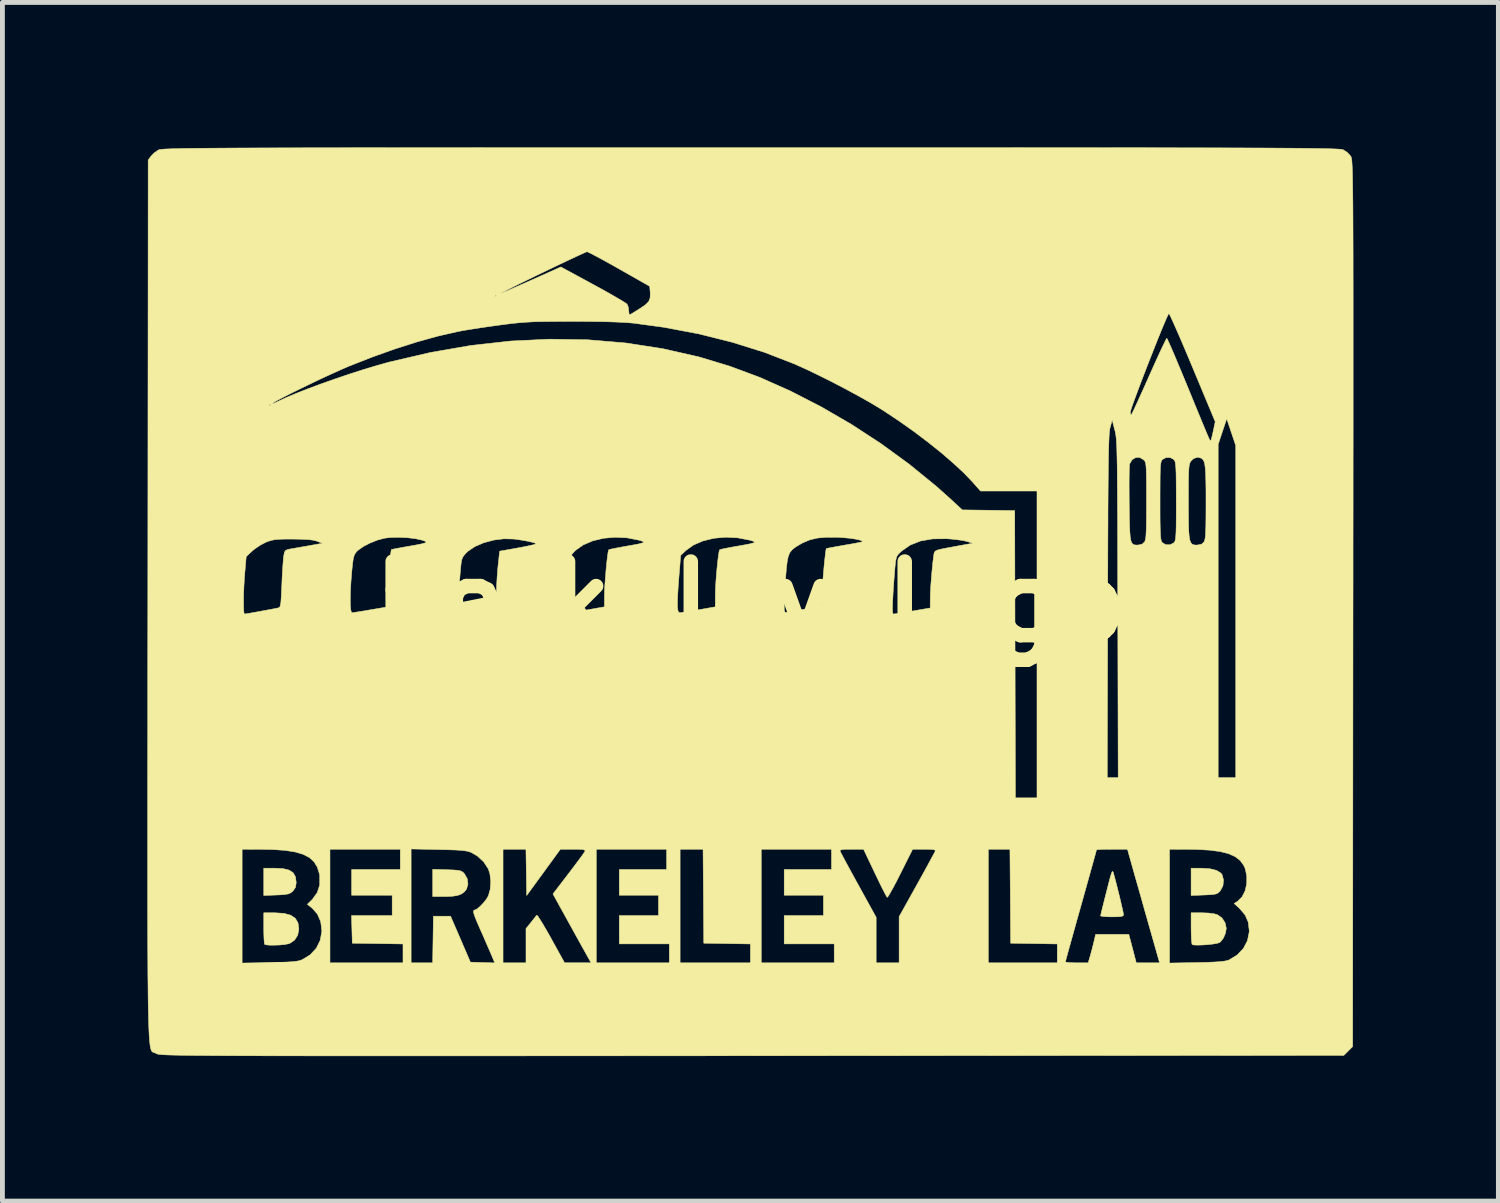
<source format=kicad_pcb>
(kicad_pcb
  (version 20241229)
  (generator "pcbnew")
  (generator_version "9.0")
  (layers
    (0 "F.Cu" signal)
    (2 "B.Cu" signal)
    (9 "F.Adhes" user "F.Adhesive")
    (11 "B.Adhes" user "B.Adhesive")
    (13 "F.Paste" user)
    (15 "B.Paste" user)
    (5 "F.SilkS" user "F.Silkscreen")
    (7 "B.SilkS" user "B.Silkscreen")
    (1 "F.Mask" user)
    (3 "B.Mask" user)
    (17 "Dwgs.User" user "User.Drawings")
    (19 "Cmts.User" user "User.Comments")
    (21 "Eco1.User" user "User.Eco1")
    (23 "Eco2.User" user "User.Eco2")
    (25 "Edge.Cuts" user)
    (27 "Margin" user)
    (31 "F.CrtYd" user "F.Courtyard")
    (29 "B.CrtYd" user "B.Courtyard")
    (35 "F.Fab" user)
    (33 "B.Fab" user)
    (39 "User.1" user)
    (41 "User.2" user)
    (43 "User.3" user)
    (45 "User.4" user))
  (footprint "berkeley logo"
    (layer "F.Cu")
    (at 12.478 9.404)
    (property "Reference" "berkeley logo" (at 0 0 0) (layer "F.SilkS") (effects (font (size 1.524 1.524) (thickness 0.3))))
    (attr through_hole)
    (fp_poly (pts (xy -9.671 5.52) (xy -9.545 5.551) (xy -9.461 5.606) (xy -9.414 5.689) (xy -9.399 5.805) (xy -9.399 5.812) (xy -9.414 5.909) (xy -9.466 5.983) (xy -9.471 5.988) (xy -9.512 6.021) (xy -9.559 6.042) (xy -9.627 6.055) (xy -9.729 6.063) (xy -9.807 6.066) (xy -10.07 6.076) (xy -10.07 5.511) (xy -9.845 5.511) (xy -9.671 5.52)) (stroke (width 0.01) (type solid)) (fill yes) (layer "F.SilkS"))
    (fp_poly (pts (xy 9.51 5.523) (xy 9.646 5.557) (xy 9.736 5.613) (xy 9.761 5.646) (xy 9.79 5.756) (xy 9.778 5.874) (xy 9.725 5.976) (xy 9.723 5.978) (xy 9.688 6.014) (xy 9.651 6.038) (xy 9.598 6.052) (xy 9.516 6.06) (xy 9.391 6.066) (xy 9.388 6.066) (xy 9.119 6.076) (xy 9.119 5.511) (xy 9.33 5.511) (xy 9.51 5.523)) (stroke (width 0.01) (type solid)) (fill yes) (layer "F.SilkS"))
    (fp_poly (pts (xy -6.278 5.543) (xy -6.145 5.548) (xy -6.056 5.555) (xy -5.998 5.567) (xy -5.959 5.586) (xy -5.927 5.616) (xy -5.914 5.631) (xy -5.858 5.732) (xy -5.845 5.842) (xy -5.875 5.945) (xy -5.917 5.998) (xy -5.979 6.044) (xy -6.056 6.074) (xy -6.161 6.091) (xy -6.304 6.098) (xy -6.367 6.098) (xy -6.574 6.098) (xy -6.574 5.534) (xy -6.278 5.543)) (stroke (width 0.01) (type solid)) (fill yes) (layer "F.SilkS"))
    (fp_poly (pts (xy -9.84 6.434) (xy -9.652 6.446) (xy -9.512 6.484) (xy -9.416 6.549) (xy -9.361 6.645) (xy -9.344 6.77) (xy -9.367 6.896) (xy -9.432 6.999) (xy -9.53 7.066) (xy -9.559 7.075) (xy -9.636 7.09) (xy -9.738 7.1) (xy -9.846 7.104) (xy -9.946 7.104) (xy -10.021 7.097) (xy -10.052 7.087) (xy -10.059 7.053) (xy -10.065 6.975) (xy -10.069 6.865) (xy -10.07 6.751) (xy -10.07 6.434) (xy -9.84 6.434)) (stroke (width 0.01) (type solid)) (fill yes) (layer "F.SilkS"))
    (fp_poly (pts (xy 9.477 6.439) (xy 9.592 6.454) (xy 9.664 6.474) (xy 9.758 6.541) (xy 9.823 6.642) (xy 9.847 6.755) (xy 9.83 6.857) (xy 9.788 6.956) (xy 9.731 7.031) (xy 9.704 7.051) (xy 9.649 7.068) (xy 9.56 7.082) (xy 9.452 7.094) (xy 9.34 7.101) (xy 9.24 7.103) (xy 9.168 7.099) (xy 9.14 7.09) (xy 9.132 7.055) (xy 9.125 6.976) (xy 9.121 6.865) (xy 9.119 6.751) (xy 9.119 6.434) (xy 9.344 6.434) (xy 9.477 6.439)) (stroke (width 0.01) (type solid)) (fill yes) (layer "F.SilkS"))
    (fp_poly (pts (xy 7.506 5.592) (xy 7.517 5.628) (xy 7.519 5.637) (xy 7.554 5.767) (xy 7.591 5.911) (xy 7.628 6.059) (xy 7.662 6.2) (xy 7.69 6.323) (xy 7.711 6.416) (xy 7.72 6.469) (xy 7.721 6.474) (xy 7.712 6.496) (xy 7.678 6.509) (xy 7.609 6.516) (xy 7.495 6.518) (xy 7.483 6.518) (xy 7.376 6.516) (xy 7.294 6.509) (xy 7.25 6.501) (xy 7.246 6.497) (xy 7.253 6.464) (xy 7.271 6.386) (xy 7.299 6.273) (xy 7.334 6.133) (xy 7.368 6) (xy 7.411 5.83) (xy 7.443 5.708) (xy 7.467 5.629) (xy 7.483 5.587) (xy 7.495 5.577) (xy 7.506 5.592)) (stroke (width 0.01) (type solid)) (fill yes) (layer "F.SilkS"))
    (fp_poly (pts (xy 0.996 -9.399) (xy 1.927 -9.399) (xy 2.806 -9.399) (xy 3.633 -9.399) (xy 4.411 -9.399) (xy 5.14 -9.399) (xy 5.823 -9.398) (xy 6.461 -9.398) (xy 7.055 -9.398) (xy 7.607 -9.397) (xy 8.118 -9.397) (xy 8.591 -9.396) (xy 9.026 -9.395) (xy 9.426 -9.395) (xy 9.791 -9.394) (xy 10.123 -9.393) (xy 10.425 -9.392) (xy 10.696 -9.391) (xy 10.94 -9.389) (xy 11.157 -9.388) (xy 11.349 -9.386) (xy 11.518 -9.384) (xy 11.664 -9.382) (xy 11.791 -9.38) (xy 11.898 -9.378) (xy 11.989 -9.376) (xy 12.063 -9.373) (xy 12.124 -9.371) (xy 12.172 -9.368) (xy 12.209 -9.365) (xy 12.236 -9.361) (xy 12.255 -9.358) (xy 12.268 -9.354) (xy 12.272 -9.352) (xy 12.354 -9.297) (xy 12.419 -9.226) (xy 12.424 -9.22) (xy 12.428 -9.21) (xy 12.433 -9.199) (xy 12.437 -9.182) (xy 12.441 -9.159) (xy 12.445 -9.128) (xy 12.448 -9.087) (xy 12.451 -9.035) (xy 12.454 -8.968) (xy 12.457 -8.886) (xy 12.459 -8.787) (xy 12.461 -8.669) (xy 12.463 -8.531) (xy 12.465 -8.369) (xy 12.467 -8.183) (xy 12.468 -7.972) (xy 12.469 -7.732) (xy 12.47 -7.462) (xy 12.471 -7.161) (xy 12.471 -6.826) (xy 12.472 -6.456) (xy 12.472 -6.049) (xy 12.472 -5.603) (xy 12.472 -5.117) (xy 12.472 -4.588) (xy 12.472 -4.016) (xy 12.472 -3.397) (xy 12.471 -2.73) (xy 12.471 -2.014) (xy 12.47 -1.246) (xy 12.47 -0.425) (xy 12.469 0.034) (xy 12.462 9.202) (xy 12.279 9.385) (xy 0.034 9.392) (xy -0.952 9.393) (xy -1.883 9.393) (xy -2.762 9.394) (xy -3.589 9.394) (xy -4.367 9.394) (xy -5.097 9.395) (xy -5.78 9.395) (xy -6.418 9.395) (xy -7.012 9.395) (xy -7.565 9.395) (xy -8.077 9.395) (xy -8.55 9.395) (xy -8.986 9.395) (xy -9.386 9.394) (xy -9.752 9.394) (xy -10.086 9.393) (xy -10.388 9.392) (xy -10.661 9.391) (xy -10.906 9.39) (xy -11.124 9.389) (xy -11.318 9.387) (xy -11.489 9.386) (xy -11.637 9.384) (xy -11.766 9.382) (xy -11.876 9.38) (xy -11.969 9.378) (xy -12.046 9.376) (xy -12.109 9.373) (xy -12.16 9.37) (xy -12.201 9.367) (xy -12.231 9.364) (xy -12.255 9.36) (xy -12.272 9.356) (xy -12.284 9.352) (xy -12.293 9.348) (xy -12.301 9.344) (xy -12.303 9.343) (xy -12.319 9.334) (xy -12.334 9.329) (xy -12.348 9.325) (xy -12.361 9.32) (xy -12.373 9.313) (xy -12.385 9.302) (xy -12.395 9.284) (xy -12.405 9.259) (xy -12.414 9.224) (xy -12.422 9.178) (xy -12.429 9.119) (xy -12.436 9.045) (xy -12.442 8.954) (xy -12.447 8.845) (xy -12.452 8.715) (xy -12.456 8.563) (xy -12.46 8.388) (xy -12.463 8.187) (xy -12.465 7.959) (xy -12.468 7.701) (xy -12.469 7.474) (xy -10.518 7.474) (xy 8.672 7.474) (xy 9.238 7.464) (xy 9.448 7.459) (xy 9.609 7.452) (xy 9.729 7.444) (xy 9.816 7.433) (xy 9.877 7.419) (xy 9.905 7.409) (xy 10.072 7.307) (xy 10.201 7.172) (xy 10.285 7.011) (xy 10.321 6.832) (xy 10.322 6.804) (xy 10.301 6.627) (xy 10.236 6.478) (xy 10.124 6.347) (xy 10.01 6.242) (xy 10.084 6.194) (xy 10.174 6.104) (xy 10.237 5.978) (xy 10.27 5.829) (xy 10.271 5.673) (xy 10.239 5.523) (xy 10.205 5.448) (xy 10.133 5.351) (xy 10.031 5.272) (xy 9.895 5.211) (xy 9.721 5.167) (xy 9.503 5.138) (xy 9.238 5.123) (xy 9.042 5.12) (xy 8.672 5.119) (xy 8.672 7.474) (xy -10.518 7.474) (xy -9.952 7.464) (xy -9.748 7.459) (xy -9.593 7.453) (xy -9.476 7.446) (xy -9.39 7.436) (xy -9.326 7.423) (xy -9.276 7.405) (xy -9.273 7.404) (xy -9.109 7.303) (xy -8.983 7.167) (xy -8.902 7.003) (xy -8.869 6.819) (xy -8.869 6.798) (xy -8.892 6.617) (xy -8.96 6.461) (xy -9.067 6.338) (xy -9.071 6.336) (xy -9.168 6.258) (xy -9.063 6.154) (xy -8.963 6.016) (xy -8.912 5.855) (xy -8.912 5.675) (xy -8.921 5.62) (xy -8.963 5.488) (xy -9.029 5.379) (xy -9.124 5.292) (xy -9.253 5.225) (xy -9.418 5.176) (xy -9.626 5.143) (xy -9.881 5.125) (xy -10.147 5.12) (xy -10.518 5.119) (xy -8.7 5.119) (xy -8.7 7.469) (xy -7.189 7.469) (xy -7.021 7.469) (xy -6.575 7.469) (xy -6.56 6.504) (xy -6.205 6.504) (xy -5.999 6.979) (xy -5.794 7.455) (xy -5.541 7.463) (xy -5.289 7.471) (xy -5.37 7.281) (xy -5.415 7.177) (xy -5.474 7.041) (xy -5.539 6.892) (xy -5.593 6.771) (xy -5.659 6.619) (xy -5.703 6.51) (xy -5.726 6.439) (xy -5.731 6.397) (xy -5.72 6.38) (xy -5.708 6.378) (xy -5.66 6.357) (xy -5.595 6.303) (xy -5.524 6.229) (xy -5.461 6.15) (xy -5.423 6.084) (xy -5.384 5.947) (xy -5.373 5.788) (xy -5.39 5.631) (xy -5.424 5.525) (xy -5.517 5.383) (xy -5.647 5.261) (xy -5.777 5.185) (xy -5.827 5.167) (xy -5.891 5.154) (xy -5.978 5.143) (xy -6.096 5.135) (xy -6.254 5.13) (xy -6.455 5.125) (xy -6.733 5.119) (xy -5.119 5.119) (xy -5.119 7.469) (xy -4.644 7.469) (xy -4.644 6.761) (xy -4.541 6.633) (xy -4.483 6.56) (xy -4.438 6.504) (xy -4.42 6.483) (xy -4.402 6.499) (xy -4.362 6.559) (xy -4.303 6.653) (xy -4.231 6.776) (xy -4.148 6.921) (xy -4.124 6.965) (xy -3.846 7.468) (xy -3.297 7.469) (xy -3.379 7.322) (xy -3.417 7.254) (xy -3.477 7.147) (xy -3.553 7.01) (xy -3.641 6.851) (xy -3.734 6.682) (xy -3.774 6.61) (xy -4.086 6.044) (xy -3.761 5.62) (xy -3.659 5.485) (xy -3.568 5.364) (xy -3.494 5.264) (xy -3.444 5.193) (xy -3.422 5.158) (xy -3.421 5.157) (xy -3.425 5.139) (xy -3.458 5.127) (xy -3.529 5.121) (xy -3.647 5.119) (xy -3.669 5.119) (xy -3.189 5.119) (xy -3.189 7.469) (xy -1.678 7.469) (xy -1.678 7.077) (xy -2.713 7.077) (xy -2.713 6.49) (xy -1.902 6.49) (xy -1.902 6.07) (xy -2.713 6.07) (xy -2.713 5.539) (xy -1.734 5.539) (xy -1.734 5.119) (xy -1.455 5.119) (xy -1.455 7.469) (xy 0 7.469) (xy 0 7.079) (xy -0.483 7.071) (xy -0.965 7.063) (xy -0.972 6.091) (xy -0.98 5.119) (xy 0.224 5.119) (xy 0.224 7.469) (xy 1.734 7.469) (xy 1.734 7.077) (xy 0.699 7.077) (xy 0.699 6.49) (xy 1.511 6.49) (xy 1.511 6.07) (xy 0.699 6.07) (xy 0.699 5.539) (xy 1.678 5.539) (xy 1.678 5.154) (xy 1.854 5.154) (xy 1.856 5.161) (xy 1.874 5.196) (xy 1.915 5.273) (xy 1.975 5.386) (xy 2.051 5.526) (xy 2.14 5.689) (xy 2.237 5.865) (xy 2.602 6.527) (xy 2.602 7.469) (xy 3.077 7.469) (xy 3.077 6.514) (xy 3.441 5.86) (xy 3.539 5.684) (xy 3.628 5.523) (xy 3.704 5.383) (xy 3.764 5.272) (xy 3.805 5.196) (xy 3.822 5.163) (xy 3.823 5.141) (xy 3.799 5.128) (xy 3.742 5.122) (xy 3.641 5.119) (xy 3.598 5.119) (xy 4.923 5.119) (xy 4.923 7.469) (xy 6.35 7.469) (xy 6.35 7.451) (xy 6.518 7.451) (xy 6.544 7.459) (xy 6.613 7.465) (xy 6.712 7.469) (xy 6.754 7.469) (xy 6.989 7.469) (xy 7.033 7.32) (xy 7.066 7.2) (xy 7.098 7.073) (xy 7.109 7.026) (xy 7.143 6.881) (xy 7.83 6.881) (xy 7.858 6.986) (xy 7.88 7.069) (xy 7.909 7.18) (xy 7.935 7.28) (xy 7.984 7.469) (xy 8.467 7.469) (xy 8.163 6.399) (xy 8.096 6.16) (xy 8.032 5.934) (xy 7.973 5.728) (xy 7.922 5.548) (xy 7.881 5.401) (xy 7.851 5.294) (xy 7.833 5.232) (xy 7.831 5.224) (xy 7.802 5.119) (xy 7.482 5.119) (xy 7.355 5.12) (xy 7.252 5.123) (xy 7.184 5.127) (xy 7.161 5.132) (xy 7.154 5.161) (xy 7.133 5.238) (xy 7.1 5.358) (xy 7.056 5.514) (xy 7.004 5.703) (xy 6.944 5.916) (xy 6.879 6.15) (xy 6.84 6.289) (xy 6.771 6.532) (xy 6.708 6.759) (xy 6.651 6.963) (xy 6.602 7.138) (xy 6.563 7.28) (xy 6.535 7.383) (xy 6.52 7.441) (xy 6.518 7.451) (xy 6.35 7.451) (xy 6.35 7.079) (xy 5.867 7.071) (xy 5.385 7.063) (xy 5.378 6.091) (xy 5.37 5.119) (xy 4.923 5.119) (xy 3.598 5.119) (xy 3.357 5.119) (xy 3.104 5.624) (xy 3.027 5.776) (xy 2.957 5.908) (xy 2.898 6.014) (xy 2.856 6.085) (xy 2.832 6.115) (xy 2.83 6.115) (xy 2.812 6.087) (xy 2.774 6.016) (xy 2.72 5.91) (xy 2.655 5.778) (xy 2.582 5.626) (xy 2.574 5.61) (xy 2.341 5.119) (xy 2.09 5.119) (xy 1.971 5.12) (xy 1.897 5.126) (xy 1.862 5.136) (xy 1.854 5.154) (xy 1.678 5.154) (xy 1.678 5.119) (xy 0.224 5.119) (xy -0.98 5.119) (xy -1.455 5.119) (xy -1.734 5.119) (xy -3.189 5.119) (xy -3.669 5.119) (xy -3.932 5.119) (xy -4.281 5.598) (xy -4.63 6.077) (xy -4.637 5.598) (xy -4.645 5.119) (xy -5.119 5.119) (xy -6.733 5.119) (xy -7.021 5.113) (xy -7.021 7.469) (xy -7.189 7.469) (xy -7.189 7.079) (xy -7.714 7.071) (xy -8.238 7.063) (xy -8.254 6.49) (xy -7.413 6.49) (xy -7.413 6.07) (xy -8.252 6.07) (xy -8.252 5.539) (xy -7.245 5.539) (xy -7.245 5.119) (xy -8.7 5.119) (xy -10.518 5.119) (xy -10.518 7.474) (xy -12.469 7.474) (xy -12.469 7.413) (xy -12.471 7.092) (xy -12.472 6.737) (xy -12.473 6.345) (xy -12.473 5.915) (xy -12.473 5.446) (xy -12.473 4.934) (xy -12.473 4.38) (xy -12.473 3.78) (xy -12.472 3.134) (xy -12.471 2.439) (xy -12.471 1.693) (xy -12.47 0.895) (xy -12.469 0.043) (xy -12.469 0.01) (xy -10.489 0.01) (xy -10.487 0.127) (xy -10.482 0.211) (xy -10.472 0.25) (xy -10.469 0.252) (xy -10.435 0.247) (xy -10.357 0.234) (xy -10.249 0.215) (xy -10.14 0.195) (xy -10.01 0.171) (xy -9.896 0.15) (xy -9.811 0.133) (xy -9.774 0.126) (xy -9.752 0.118) (xy -9.736 0.101) (xy -9.725 0.066) (xy -9.716 0.006) (xy -9.711 -0.055) (xy -8.28 -0.055) (xy -8.278 0.078) (xy -8.269 0.172) (xy -8.253 0.22) (xy -8.245 0.224) (xy -8.206 0.22) (xy -8.123 0.207) (xy -8.008 0.189) (xy -7.873 0.166) (xy -7.854 0.163) (xy -7.497 0.102) (xy -7.497 0.063) (xy -6.042 0.063) (xy -6.042 0.172) (xy -6.037 0.236) (xy -6.025 0.265) (xy -6.003 0.271) (xy -5.979 0.266) (xy -5.927 0.256) (xy -5.834 0.239) (xy -5.713 0.217) (xy -5.597 0.196) (xy -5.47 0.174) (xy -5.366 0.156) (xy -5.295 0.144) (xy -5.268 0.14) (xy -5.264 0.114) (xy -5.261 0.043) (xy -5.26 0.025) (xy -3.804 0.025) (xy -3.803 0.117) (xy -3.796 0.176) (xy -3.784 0.21) (xy -3.765 0.223) (xy -3.757 0.224) (xy -3.712 0.219) (xy -3.625 0.206) (xy -3.507 0.188) (xy -3.372 0.165) (xy -3.365 0.164) (xy -3.021 0.103) (xy -3.021 0.02) (xy -1.511 0.02) (xy -1.508 0.12) (xy -1.499 0.184) (xy -1.482 0.216) (xy -1.463 0.224) (xy -1.419 0.219) (xy -1.331 0.206) (xy -1.213 0.188) (xy -1.078 0.165) (xy -1.072 0.164) (xy -0.727 0.103) (xy -0.727 0.065) (xy 0.699 0.065) (xy 0.7 0.156) (xy 0.708 0.203) (xy 0.728 0.219) (xy 0.767 0.215) (xy 0.776 0.213) (xy 0.838 0.201) (xy 0.938 0.183) (xy 1.001 0.172) (xy 2.939 0.172) (xy 2.944 0.227) (xy 2.954 0.251) (xy 2.958 0.252) (xy 2.992 0.248) (xy 3.07 0.236) (xy 3.182 0.218) (xy 3.316 0.196) (xy 3.35 0.19) (xy 3.72 0.127) (xy 3.721 -0.055) (xy 3.724 -0.171) (xy 3.732 -0.324) (xy 3.745 -0.497) (xy 3.76 -0.67) (xy 3.776 -0.827) (xy 3.792 -0.95) (xy 3.793 -0.957) (xy 3.799 -0.999) (xy 3.809 -1.03) (xy 3.83 -1.053) (xy 3.87 -1.072) (xy 3.938 -1.09) (xy 4.042 -1.111) (xy 4.19 -1.138) (xy 4.252 -1.15) (xy 4.602 -1.213) (xy 4.476 -1.252) (xy 4.393 -1.27) (xy 4.274 -1.287) (xy 4.136 -1.301) (xy 4.056 -1.306) (xy 3.77 -1.303) (xy 3.522 -1.26) (xy 3.308 -1.176) (xy 3.128 -1.051) (xy 3.086 -1.011) (xy 3.056 -0.98) (xy 3.034 -0.948) (xy 3.018 -0.906) (xy 3.005 -0.844) (xy 2.995 -0.754) (xy 2.984 -0.626) (xy 2.971 -0.459) (xy 2.955 -0.23) (xy 2.945 -0.051) (xy 2.939 0.081) (xy 2.939 0.172) (xy 1.001 0.172) (xy 1.057 0.162) (xy 1.105 0.154) (xy 1.256 0.128) (xy 1.36 0.109) (xy 1.427 0.089) (xy 1.465 0.063) (xy 1.481 0.024) (xy 1.484 -0.034) (xy 1.483 -0.118) (xy 1.483 -0.133) (xy 1.485 -0.221) (xy 1.492 -0.34) (xy 1.502 -0.478) (xy 1.514 -0.624) (xy 1.527 -0.768) (xy 1.541 -0.899) (xy 1.553 -1.006) (xy 1.564 -1.078) (xy 1.571 -1.103) (xy 1.601 -1.11) (xy 1.675 -1.125) (xy 1.783 -1.144) (xy 1.915 -1.168) (xy 1.944 -1.173) (xy 2.079 -1.196) (xy 2.193 -1.217) (xy 2.275 -1.233) (xy 2.314 -1.243) (xy 2.316 -1.244) (xy 2.307 -1.262) (xy 2.252 -1.282) (xy 2.159 -1.301) (xy 2.038 -1.318) (xy 1.898 -1.33) (xy 1.802 -1.336) (xy 1.576 -1.337) (xy 1.391 -1.321) (xy 1.232 -1.284) (xy 1.086 -1.223) (xy 1.021 -1.187) (xy 0.931 -1.132) (xy 0.865 -1.08) (xy 0.817 -1.022) (xy 0.785 -0.948) (xy 0.763 -0.848) (xy 0.746 -0.711) (xy 0.731 -0.531) (xy 0.72 -0.366) (xy 0.71 -0.206) (xy 0.703 -0.067) (xy 0.7 0.037) (xy 0.699 0.065) (xy -0.727 0.065) (xy -0.726 -0.151) (xy -0.723 -0.26) (xy -0.716 -0.393) (xy -0.705 -0.539) (xy -0.692 -0.687) (xy -0.678 -0.826) (xy -0.664 -0.944) (xy -0.65 -1.031) (xy -0.639 -1.076) (xy -0.637 -1.078) (xy -0.606 -1.088) (xy -0.531 -1.104) (xy -0.423 -1.125) (xy -0.294 -1.149) (xy -0.291 -1.149) (xy -0.126 -1.178) (xy -0.011 -1.2) (xy 0.058 -1.218) (xy 0.085 -1.232) (xy 0.076 -1.247) (xy 0.034 -1.263) (xy -0.014 -1.277) (xy -0.262 -1.325) (xy -0.512 -1.338) (xy -0.756 -1.316) (xy -0.981 -1.261) (xy -1.178 -1.176) (xy -1.338 -1.061) (xy -1.346 -1.053) (xy -1.443 -0.96) (xy -1.477 -0.543) (xy -1.495 -0.306) (xy -1.506 -0.12) (xy -1.511 0.02) (xy -3.021 0.02) (xy -3.02 -0.137) (xy -3.017 -0.244) (xy -3.01 -0.375) (xy -2.999 -0.521) (xy -2.987 -0.67) (xy -2.973 -0.81) (xy -2.959 -0.932) (xy -2.946 -1.023) (xy -2.935 -1.072) (xy -2.932 -1.078) (xy -2.9 -1.088) (xy -2.825 -1.104) (xy -2.717 -1.125) (xy -2.587 -1.149) (xy -2.585 -1.149) (xy -2.42 -1.178) (xy -2.305 -1.2) (xy -2.236 -1.218) (xy -2.209 -1.232) (xy -2.218 -1.247) (xy -2.26 -1.263) (xy -2.308 -1.277) (xy -2.553 -1.325) (xy -2.8 -1.337) (xy -3.04 -1.316) (xy -3.263 -1.262) (xy -3.458 -1.179) (xy -3.617 -1.067) (xy -3.653 -1.031) (xy -3.686 -0.993) (xy -3.71 -0.957) (xy -3.728 -0.913) (xy -3.741 -0.849) (xy -3.752 -0.757) (xy -3.763 -0.626) (xy -3.772 -0.504) (xy -3.788 -0.28) (xy -3.799 -0.106) (xy -3.804 0.025) (xy -5.26 0.025) (xy -5.258 -0.06) (xy -5.256 -0.161) (xy -5.252 -0.33) (xy -5.241 -0.52) (xy -5.227 -0.698) (xy -5.221 -0.755) (xy -5.189 -1.049) (xy -4.806 -1.117) (xy -4.669 -1.143) (xy -4.555 -1.167) (xy -4.474 -1.186) (xy -4.436 -1.2) (xy -4.434 -1.203) (xy -4.468 -1.22) (xy -4.544 -1.241) (xy -4.65 -1.263) (xy -4.771 -1.283) (xy -4.894 -1.3) (xy -4.895 -1.3) (xy -5.102 -1.305) (xy -5.314 -1.278) (xy -5.518 -1.223) (xy -5.7 -1.145) (xy -5.845 -1.047) (xy -5.882 -1.012) (xy -5.921 -0.969) (xy -5.949 -0.93) (xy -5.969 -0.884) (xy -5.983 -0.82) (xy -5.994 -0.726) (xy -6.006 -0.591) (xy -6.011 -0.531) (xy -6.023 -0.368) (xy -6.033 -0.201) (xy -6.04 -0.05) (xy -6.042 0.063) (xy -7.497 0.063) (xy -7.497 -0.18) (xy -7.495 -0.278) (xy -7.489 -0.403) (xy -7.481 -0.545) (xy -7.471 -0.69) (xy -7.46 -0.827) (xy -7.449 -0.946) (xy -7.439 -1.034) (xy -7.43 -1.08) (xy -7.429 -1.083) (xy -7.401 -1.089) (xy -7.33 -1.104) (xy -7.224 -1.123) (xy -7.096 -1.146) (xy -7.09 -1.147) (xy -6.924 -1.176) (xy -6.809 -1.199) (xy -6.739 -1.217) (xy -6.71 -1.232) (xy -6.717 -1.247) (xy -6.755 -1.264) (xy -6.798 -1.278) (xy -6.933 -1.308) (xy -7.102 -1.328) (xy -7.283 -1.336) (xy -7.452 -1.332) (xy -7.567 -1.318) (xy -7.716 -1.279) (xy -7.869 -1.218) (xy -8.009 -1.146) (xy -8.117 -1.069) (xy -8.144 -1.044) (xy -8.176 -1.005) (xy -8.199 -0.961) (xy -8.216 -0.899) (xy -8.23 -0.809) (xy -8.244 -0.678) (xy -8.249 -0.625) (xy -8.266 -0.413) (xy -8.276 -0.221) (xy -8.28 -0.055) (xy -9.711 -0.055) (xy -9.709 -0.089) (xy -9.702 -0.225) (xy -9.696 -0.356) (xy -9.689 -0.523) (xy -9.68 -0.68) (xy -9.67 -0.814) (xy -9.662 -0.913) (xy -9.657 -0.95) (xy -9.642 -1.028) (xy -9.616 -1.067) (xy -9.563 -1.087) (xy -9.511 -1.096) (xy -9.426 -1.111) (xy -9.307 -1.132) (xy -9.174 -1.155) (xy -9.12 -1.165) (xy -8.855 -1.212) (xy -8.966 -1.255) (xy -9.042 -1.275) (xy -9.149 -1.289) (xy -9.298 -1.296) (xy -9.469 -1.299) (xy -9.632 -1.299) (xy -9.752 -1.295) (xy -9.842 -1.287) (xy -9.915 -1.272) (xy -9.984 -1.25) (xy -10.021 -1.236) (xy -10.136 -1.177) (xy -10.252 -1.099) (xy -10.307 -1.054) (xy -10.433 -0.937) (xy -10.461 -0.615) (xy -10.473 -0.455) (xy -10.482 -0.291) (xy -10.488 -0.133) (xy -10.489 0.01) (xy -12.469 0.01) (xy -12.469 -0.025) (xy -12.466 -4.07) (xy -9.959 -4.07) (xy -9.945 -4.056) (xy -9.931 -4.07) (xy -9.945 -4.084) (xy -9.959 -4.07) (xy -12.466 -4.07) (xy -12.466 -4.106) (xy -9.893 -4.106) (xy -9.879 -4.103) (xy -9.829 -4.122) (xy -9.773 -4.149) (xy -9.609 -4.226) (xy -9.4 -4.314) (xy -9.157 -4.409) (xy -8.888 -4.509) (xy -8.603 -4.61) (xy -8.313 -4.708) (xy -8.026 -4.801) (xy -7.751 -4.884) (xy -7.5 -4.955) (xy -7.469 -4.963) (xy -6.623 -5.16) (xy -5.788 -5.305) (xy -4.965 -5.397) (xy -4.155 -5.436) (xy -3.359 -5.423) (xy -2.577 -5.357) (xy -1.813 -5.239) (xy -1.065 -5.069) (xy -0.432 -4.878) (xy 0.195 -4.645) (xy 0.83 -4.362) (xy 1.465 -4.036) (xy 2.092 -3.672) (xy 2.702 -3.274) (xy 3.288 -2.847) (xy 3.841 -2.396) (xy 4.116 -2.151) (xy 4.385 -1.903) (xy 4.927 -1.896) (xy 5.469 -1.888) (xy 5.476 1.084) (xy 5.483 4.056) (xy 5.93 4.056) (xy 5.93 3.637) (xy 7.384 3.637) (xy 7.61 3.637) (xy 7.602 0.147) (xy 7.601 -0.368) (xy 7.6 -0.83) (xy 7.599 -1.242) (xy 7.598 -1.608) (xy 7.596 -1.929) (xy 7.595 -2.21) (xy 7.594 -2.415) (xy 7.836 -2.415) (xy 7.837 -2.227) (xy 7.838 -2.025) (xy 7.841 -1.785) (xy 7.845 -1.595) (xy 7.851 -1.449) (xy 7.86 -1.342) (xy 7.873 -1.267) (xy 7.893 -1.218) (xy 7.919 -1.191) (xy 7.953 -1.178) (xy 7.997 -1.175) (xy 8.016 -1.175) (xy 8.106 -1.194) (xy 8.153 -1.237) (xy 8.166 -1.263) (xy 8.176 -1.303) (xy 8.184 -1.364) (xy 8.189 -1.451) (xy 8.193 -1.572) (xy 8.195 -1.732) (xy 8.196 -1.938) (xy 8.196 -2.089) (xy 8.476 -2.089) (xy 8.476 -1.851) (xy 8.477 -1.663) (xy 8.48 -1.519) (xy 8.484 -1.411) (xy 8.489 -1.335) (xy 8.497 -1.283) (xy 8.507 -1.249) (xy 8.521 -1.228) (xy 8.522 -1.226) (xy 8.595 -1.183) (xy 8.683 -1.181) (xy 8.761 -1.221) (xy 8.775 -1.238) (xy 8.787 -1.263) (xy 8.796 -1.302) (xy 8.802 -1.362) (xy 8.807 -1.45) (xy 8.81 -1.57) (xy 8.811 -1.73) (xy 8.812 -1.936) (xy 8.812 -2.072) (xy 9.063 -2.072) (xy 9.064 -1.825) (xy 9.066 -1.628) (xy 9.07 -1.475) (xy 9.079 -1.361) (xy 9.092 -1.28) (xy 9.112 -1.227) (xy 9.138 -1.196) (xy 9.174 -1.18) (xy 9.218 -1.175) (xy 9.245 -1.175) (xy 9.334 -1.193) (xy 9.384 -1.237) (xy 9.397 -1.263) (xy 9.407 -1.304) (xy 9.415 -1.366) (xy 9.42 -1.455) (xy 9.424 -1.577) (xy 9.426 -1.74) (xy 9.427 -1.949) (xy 9.427 -2.064) (xy 9.427 -2.307) (xy 9.424 -2.5) (xy 9.42 -2.649) (xy 9.413 -2.761) (xy 9.402 -2.843) (xy 9.388 -2.899) (xy 9.368 -2.938) (xy 9.343 -2.964) (xy 9.332 -2.972) (xy 9.255 -2.993) (xy 9.174 -2.967) (xy 9.121 -2.919) (xy 9.104 -2.895) (xy 9.091 -2.867) (xy 9.081 -2.828) (xy 9.074 -2.772) (xy 9.069 -2.691) (xy 9.066 -2.579) (xy 9.064 -2.429) (xy 9.064 -2.235) (xy 9.063 -2.072) (xy 8.812 -2.072) (xy 8.812 -2.079) (xy 8.811 -2.317) (xy 8.81 -2.505) (xy 8.808 -2.649) (xy 8.804 -2.757) (xy 8.798 -2.833) (xy 8.791 -2.885) (xy 8.78 -2.919) (xy 8.767 -2.94) (xy 8.765 -2.942) (xy 8.692 -2.985) (xy 8.605 -2.987) (xy 8.527 -2.947) (xy 8.512 -2.93) (xy 8.501 -2.905) (xy 8.492 -2.866) (xy 8.485 -2.806) (xy 8.481 -2.719) (xy 8.478 -2.598) (xy 8.477 -2.438) (xy 8.476 -2.232) (xy 8.476 -2.089) (xy 8.196 -2.089) (xy 8.196 -2.09) (xy 8.196 -2.322) (xy 8.195 -2.504) (xy 8.193 -2.643) (xy 8.19 -2.746) (xy 8.185 -2.819) (xy 8.177 -2.868) (xy 8.167 -2.901) (xy 8.153 -2.923) (xy 8.14 -2.937) (xy 8.059 -2.986) (xy 7.974 -2.986) (xy 7.9 -2.943) (xy 7.85 -2.86) (xy 7.845 -2.844) (xy 7.842 -2.801) (xy 7.839 -2.709) (xy 7.837 -2.578) (xy 7.836 -2.415) (xy 7.594 -2.415) (xy 7.593 -2.454) (xy 7.591 -2.663) (xy 7.589 -2.841) (xy 7.586 -2.99) (xy 7.583 -3.115) (xy 7.58 -3.217) (xy 7.577 -3.259) (xy 9.679 -3.259) (xy 9.679 3.637) (xy 10.043 3.637) (xy 10.043 -3.233) (xy 9.856 -3.79) (xy 9.767 -3.524) (xy 9.679 -3.259) (xy 7.577 -3.259) (xy 7.575 -3.299) (xy 7.571 -3.366) (xy 7.565 -3.42) (xy 7.559 -3.464) (xy 7.553 -3.501) (xy 7.545 -3.535) (xy 7.54 -3.553) (xy 7.486 -3.762) (xy 7.444 -3.609) (xy 7.437 -3.58) (xy 7.432 -3.54) (xy 7.426 -3.487) (xy 7.422 -3.417) (xy 7.418 -3.327) (xy 7.414 -3.214) (xy 7.411 -3.076) (xy 7.408 -2.91) (xy 7.405 -2.713) (xy 7.403 -2.481) (xy 7.401 -2.213) (xy 7.399 -1.905) (xy 7.398 -1.554) (xy 7.396 -1.157) (xy 7.395 -0.712) (xy 7.393 -0.215) (xy 7.393 0.091) (xy 7.384 3.637) (xy 5.93 3.637) (xy 5.93 -2.294) (xy 4.761 -2.294) (xy 4.592 -2.485) (xy 4.417 -2.668) (xy 4.2 -2.869) (xy 3.951 -3.084) (xy 3.676 -3.304) (xy 3.384 -3.525) (xy 3.083 -3.738) (xy 2.806 -3.923) (xy 7.861 -3.923) (xy 7.868 -3.877) (xy 7.884 -3.876) (xy 7.901 -3.907) (xy 7.938 -3.983) (xy 7.991 -4.097) (xy 8.057 -4.243) (xy 8.135 -4.414) (xy 8.22 -4.604) (xy 8.253 -4.679) (xy 8.339 -4.872) (xy 8.419 -5.048) (xy 8.489 -5.2) (xy 8.547 -5.322) (xy 8.589 -5.408) (xy 8.612 -5.451) (xy 8.616 -5.455) (xy 8.63 -5.43) (xy 8.663 -5.359) (xy 8.712 -5.247) (xy 8.775 -5.102) (xy 8.848 -4.927) (xy 8.931 -4.729) (xy 9.02 -4.514) (xy 9.021 -4.511) (xy 9.136 -4.232) (xy 9.231 -4) (xy 9.309 -3.811) (xy 9.371 -3.661) (xy 9.419 -3.546) (xy 9.455 -3.46) (xy 9.481 -3.4) (xy 9.499 -3.362) (xy 9.51 -3.34) (xy 9.517 -3.331) (xy 9.521 -3.33) (xy 9.525 -3.333) (xy 9.525 -3.334) (xy 9.537 -3.365) (xy 9.555 -3.437) (xy 9.577 -3.533) (xy 9.578 -3.537) (xy 9.618 -3.728) (xy 9.15 -4.85) (xy 9.051 -5.085) (xy 8.959 -5.303) (xy 8.875 -5.499) (xy 8.801 -5.668) (xy 8.74 -5.804) (xy 8.695 -5.902) (xy 8.667 -5.957) (xy 8.659 -5.967) (xy 8.643 -5.94) (xy 8.609 -5.868) (xy 8.562 -5.757) (xy 8.502 -5.614) (xy 8.434 -5.447) (xy 8.36 -5.261) (xy 8.283 -5.065) (xy 8.204 -4.864) (xy 8.128 -4.666) (xy 8.056 -4.478) (xy 7.992 -4.306) (xy 7.937 -4.158) (xy 7.895 -4.04) (xy 7.869 -3.959) (xy 7.861 -3.923) (xy 2.806 -3.923) (xy 2.782 -3.939) (xy 2.675 -4.006) (xy 2.472 -4.128) (xy 2.23 -4.264) (xy 1.964 -4.408) (xy 1.688 -4.552) (xy 1.415 -4.688) (xy 1.16 -4.811) (xy 0.935 -4.912) (xy 0.916 -4.921) (xy 0.291 -5.163) (xy -0.373 -5.371) (xy -1.068 -5.545) (xy -1.786 -5.681) (xy -2.42 -5.767) (xy -2.575 -5.78) (xy -2.782 -5.79) (xy -3.036 -5.798) (xy -3.333 -5.802) (xy -3.67 -5.804) (xy -3.693 -5.804) (xy -3.957 -5.803) (xy -4.175 -5.801) (xy -4.356 -5.799) (xy -4.511 -5.794) (xy -4.648 -5.786) (xy -4.778 -5.776) (xy -4.911 -5.763) (xy -5.056 -5.745) (xy -5.201 -5.726) (xy -5.396 -5.699) (xy -5.594 -5.67) (xy -5.78 -5.641) (xy -5.939 -5.615) (xy -6.054 -5.593) (xy -6.459 -5.501) (xy -6.898 -5.379) (xy -7.36 -5.232) (xy -7.833 -5.063) (xy -8.304 -4.878) (xy -8.437 -4.821) (xy -8.595 -4.75) (xy -8.768 -4.671) (xy -8.952 -4.585) (xy -9.137 -4.496) (xy -9.317 -4.409) (xy -9.485 -4.326) (xy -9.634 -4.251) (xy -9.755 -4.188) (xy -9.842 -4.14) (xy -9.888 -4.11) (xy -9.893 -4.106) (xy -12.466 -4.106) (xy -12.464 -6.336) (xy -5.287 -6.336) (xy -5.273 -6.322) (xy -5.259 -6.336) (xy -5.273 -6.35) (xy -5.287 -6.336) (xy -12.464 -6.336) (xy -12.464 -6.385) (xy -5.164 -6.385) (xy -5.137 -6.394) (xy -5.067 -6.423) (xy -4.96 -6.469) (xy -4.823 -6.529) (xy -4.663 -6.599) (xy -4.54 -6.654) (xy -3.922 -6.93) (xy -3.255 -6.568) (xy -3.077 -6.471) (xy -2.914 -6.38) (xy -2.774 -6.299) (xy -2.662 -6.233) (xy -2.586 -6.186) (xy -2.553 -6.161) (xy -2.553 -6.161) (xy -2.528 -6.102) (xy -2.518 -6.023) (xy -2.518 -6.021) (xy -2.511 -5.958) (xy -2.491 -5.944) (xy -2.483 -5.948) (xy -2.443 -5.972) (xy -2.37 -6.017) (xy -2.281 -6.073) (xy -2.273 -6.078) (xy -2.168 -6.15) (xy -2.105 -6.215) (xy -2.076 -6.287) (xy -2.072 -6.383) (xy -2.075 -6.422) (xy -2.084 -6.53) (xy -2.713 -6.887) (xy -2.885 -6.984) (xy -3.041 -7.07) (xy -3.176 -7.143) (xy -3.282 -7.199) (xy -3.353 -7.234) (xy -3.38 -7.245) (xy -3.412 -7.233) (xy -3.485 -7.201) (xy -3.594 -7.151) (xy -3.731 -7.087) (xy -3.891 -7.011) (xy -4.064 -6.929) (xy -4.246 -6.841) (xy -4.429 -6.753) (xy -4.605 -6.667) (xy -4.769 -6.587) (xy -4.913 -6.516) (xy -5.031 -6.457) (xy -5.115 -6.414) (xy -5.159 -6.389) (xy -5.164 -6.385) (xy -12.464 -6.385) (xy -12.462 -9.143) (xy -12.404 -9.222) (xy -12.338 -9.29) (xy -12.256 -9.347) (xy -12.25 -9.35) (xy -12.241 -9.354) (xy -12.227 -9.358) (xy -12.207 -9.361) (xy -12.179 -9.365) (xy -12.143 -9.368) (xy -12.095 -9.371) (xy -12.036 -9.373) (xy -11.963 -9.376) (xy -11.875 -9.378) (xy -11.769 -9.381) (xy -11.646 -9.383) (xy -11.502 -9.385) (xy -11.337 -9.386) (xy -11.149 -9.388) (xy -10.937 -9.389) (xy -10.698 -9.391) (xy -10.431 -9.392) (xy -10.135 -9.393) (xy -9.809 -9.394) (xy -9.45 -9.395) (xy -9.057 -9.396) (xy -8.628 -9.396) (xy -8.163 -9.397) (xy -7.659 -9.397) (xy -7.115 -9.398) (xy -6.529 -9.398) (xy -5.899 -9.398) (xy -5.225 -9.399) (xy -4.505 -9.399) (xy -3.737 -9.399) (xy -2.919 -9.399) (xy -2.05 -9.399) (xy -1.129 -9.399) (xy -0.153 -9.399) (xy 0.01 -9.399) (xy 0.996 -9.399)) (stroke (width 0.01) (type solid)) (fill yes) (layer "F.SilkS")))
  (gr_rect
    (start -3 -3)
    (end 27.955 21.804)
    (stroke (width 0.1) (type default))
    (fill no)
    (layer "Edge.Cuts")))
</source>
